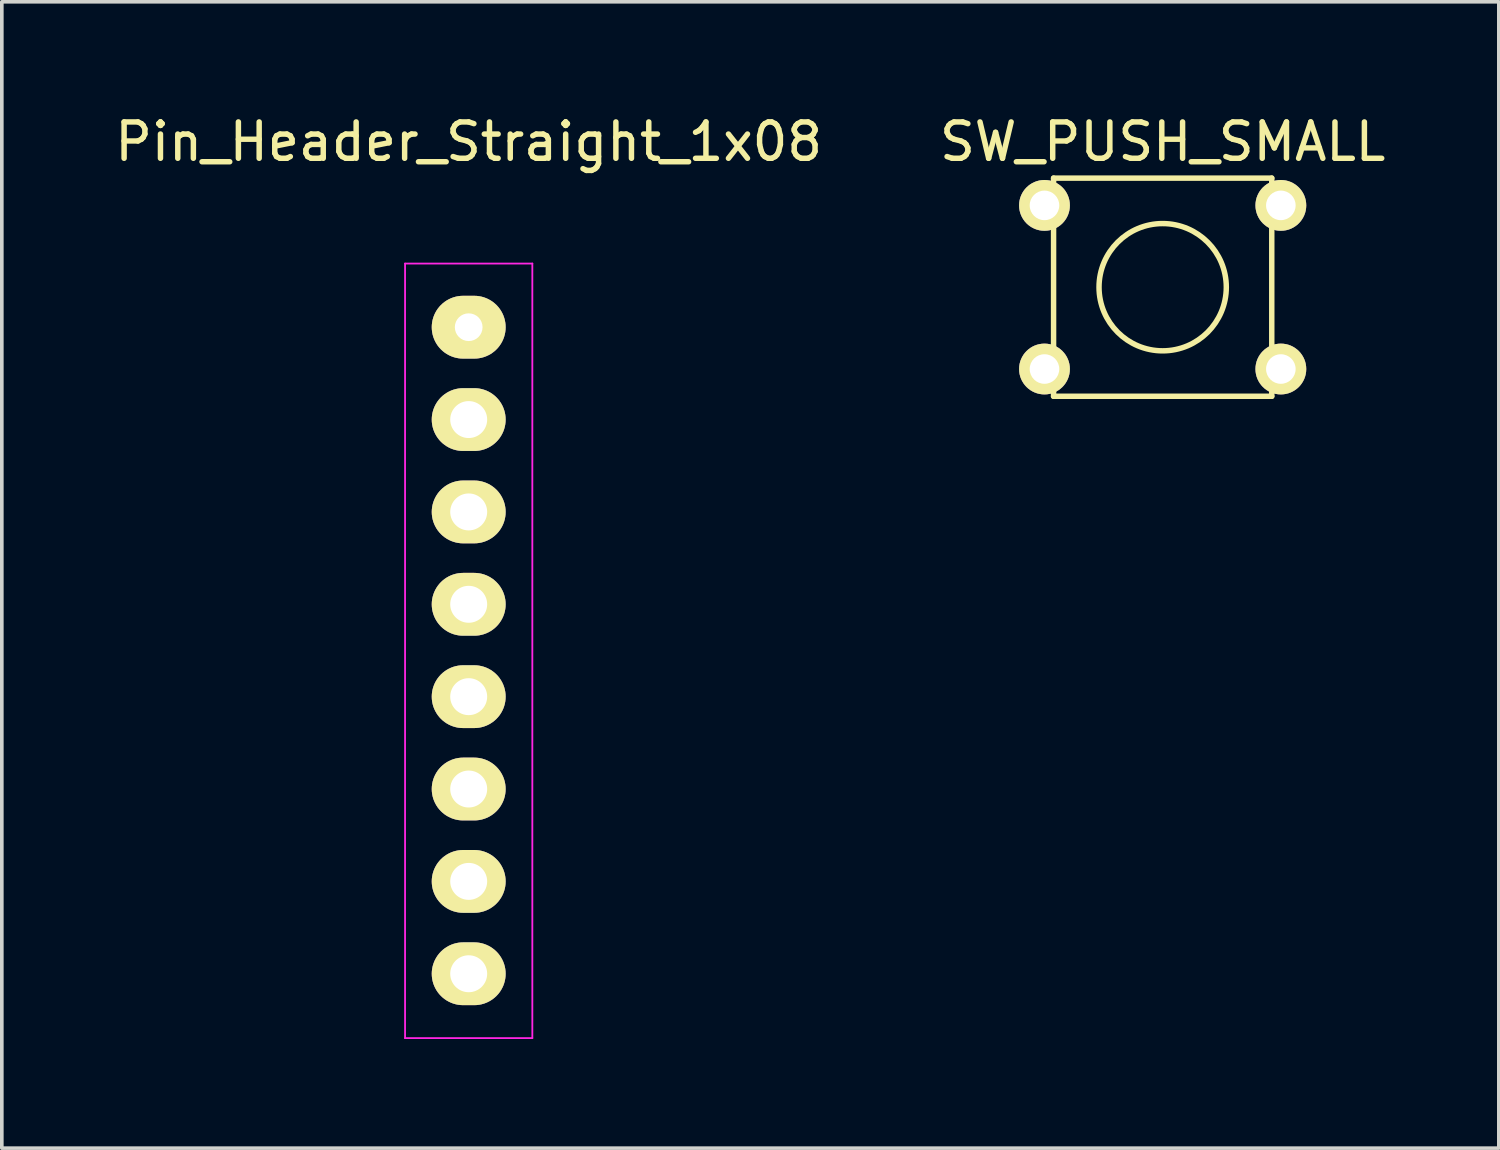
<source format=kicad_pcb>
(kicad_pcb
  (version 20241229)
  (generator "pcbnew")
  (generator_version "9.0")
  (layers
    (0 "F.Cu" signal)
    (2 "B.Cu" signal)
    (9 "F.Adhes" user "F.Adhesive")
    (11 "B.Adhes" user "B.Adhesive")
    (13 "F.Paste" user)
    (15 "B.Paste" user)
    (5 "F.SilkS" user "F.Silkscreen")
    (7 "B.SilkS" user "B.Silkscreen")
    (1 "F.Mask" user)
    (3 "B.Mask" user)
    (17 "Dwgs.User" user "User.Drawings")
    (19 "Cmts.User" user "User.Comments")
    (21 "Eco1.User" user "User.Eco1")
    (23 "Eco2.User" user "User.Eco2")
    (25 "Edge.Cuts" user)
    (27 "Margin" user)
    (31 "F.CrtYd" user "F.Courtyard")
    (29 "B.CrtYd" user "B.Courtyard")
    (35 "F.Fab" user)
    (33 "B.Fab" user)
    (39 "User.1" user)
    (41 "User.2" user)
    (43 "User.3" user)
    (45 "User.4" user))
  (footprint "Pin_Header_Straight_1x08"
    (layer "F.Cu")
    (at 9.839 5.948)
    (property "Reference" "Pin_Header_Straight_1x08" (at 0 -5.1 0) (layer "F.SilkS") (effects (font (size 1 1) (thickness 0.15))))
    (attr through_hole)
    (fp_line (start -1.75 -1.75) (end -1.75 19.55) (stroke (width 0.05) (type solid)) (layer "F.CrtYd"))
    (fp_line (start -1.75 -1.75) (end 1.75 -1.75) (stroke (width 0.05) (type solid)) (layer "F.CrtYd"))
    (fp_line (start -1.75 19.55) (end 1.75 19.55) (stroke (width 0.05) (type solid)) (layer "F.CrtYd"))
    (fp_line (start 1.75 -1.75) (end 1.75 19.55) (stroke (width 0.05) (type solid)) (layer "F.CrtYd"))
    (pad "1" thru_hole oval (at 0 0) (size 2.032 1.727) (drill 0.762) (layers "*.Cu" "*.Mask" "F.SilkS"))
    (pad "2" thru_hole oval (at 0 2.54) (size 2.032 1.727) (drill 1.016) (layers "*.Cu" "*.Mask" "F.SilkS"))
    (pad "3" thru_hole oval (at 0 5.08) (size 2.032 1.727) (drill 1.016) (layers "*.Cu" "*.Mask" "F.SilkS"))
    (pad "4" thru_hole oval (at 0 7.62) (size 2.032 1.727) (drill 1.016) (layers "*.Cu" "*.Mask" "F.SilkS"))
    (pad "5" thru_hole oval (at 0 10.16) (size 2.032 1.727) (drill 1.016) (layers "*.Cu" "*.Mask" "F.SilkS"))
    (pad "6" thru_hole oval (at 0 12.7) (size 2.032 1.727) (drill 1.016) (layers "*.Cu" "*.Mask" "F.SilkS"))
    (pad "7" thru_hole oval (at 0 15.24) (size 2.032 1.727) (drill 1.016) (layers "*.Cu" "*.Mask" "F.SilkS"))
    (pad "8" thru_hole oval (at 0 17.78) (size 2.032 1.727) (drill 1.016) (layers "*.Cu" "*.Mask" "F.SilkS")))
  (footprint "SW_PUSH_SMALL"
    (layer "F.Cu")
    (at 28.923 4.848)
    (property "Reference" "SW_PUSH_SMALL" (at 0 -4 0) (layer "F.SilkS") (effects (font (size 1 1) (thickness 0.15))))
    (attr through_hole)
    (fp_line (start -3 -3) (end -3 3) (stroke (width 0.15) (type solid)) (layer "F.SilkS"))
    (fp_line (start -3 -3) (end 3 -3) (stroke (width 0.15) (type solid)) (layer "F.SilkS"))
    (fp_line (start 3 -3) (end 3 3) (stroke (width 0.15) (type solid)) (layer "F.SilkS"))
    (fp_line (start 3 3) (end -3 3) (stroke (width 0.15) (type solid)) (layer "F.SilkS"))
    (fp_circle (center 0 0) (end 0 -1.75) (stroke (width 0.15) (type solid)) (fill no) (layer "F.SilkS"))
    (pad "1" thru_hole circle (at -3.25 -2.25) (size 1.397 1.397) (drill 0.813) (layers "*.Cu" "*.Mask" "F.SilkS"))
    (pad "1" thru_hole circle (at 3.25 -2.25) (size 1.397 1.397) (drill 0.813) (layers "*.Cu" "*.Mask" "F.SilkS"))
    (pad "2" thru_hole circle (at -3.25 2.25) (size 1.397 1.397) (drill 0.813) (layers "*.Cu" "*.Mask" "F.SilkS"))
    (pad "2" thru_hole circle (at 3.25 2.25) (size 1.397 1.397) (drill 0.813) (layers "*.Cu" "*.Mask" "F.SilkS")))
  (gr_rect
    (start -3 -3)
    (end 38.167 28.523)
    (stroke (width 0.1) (type default))
    (fill no)
    (layer "Edge.Cuts")))
</source>
